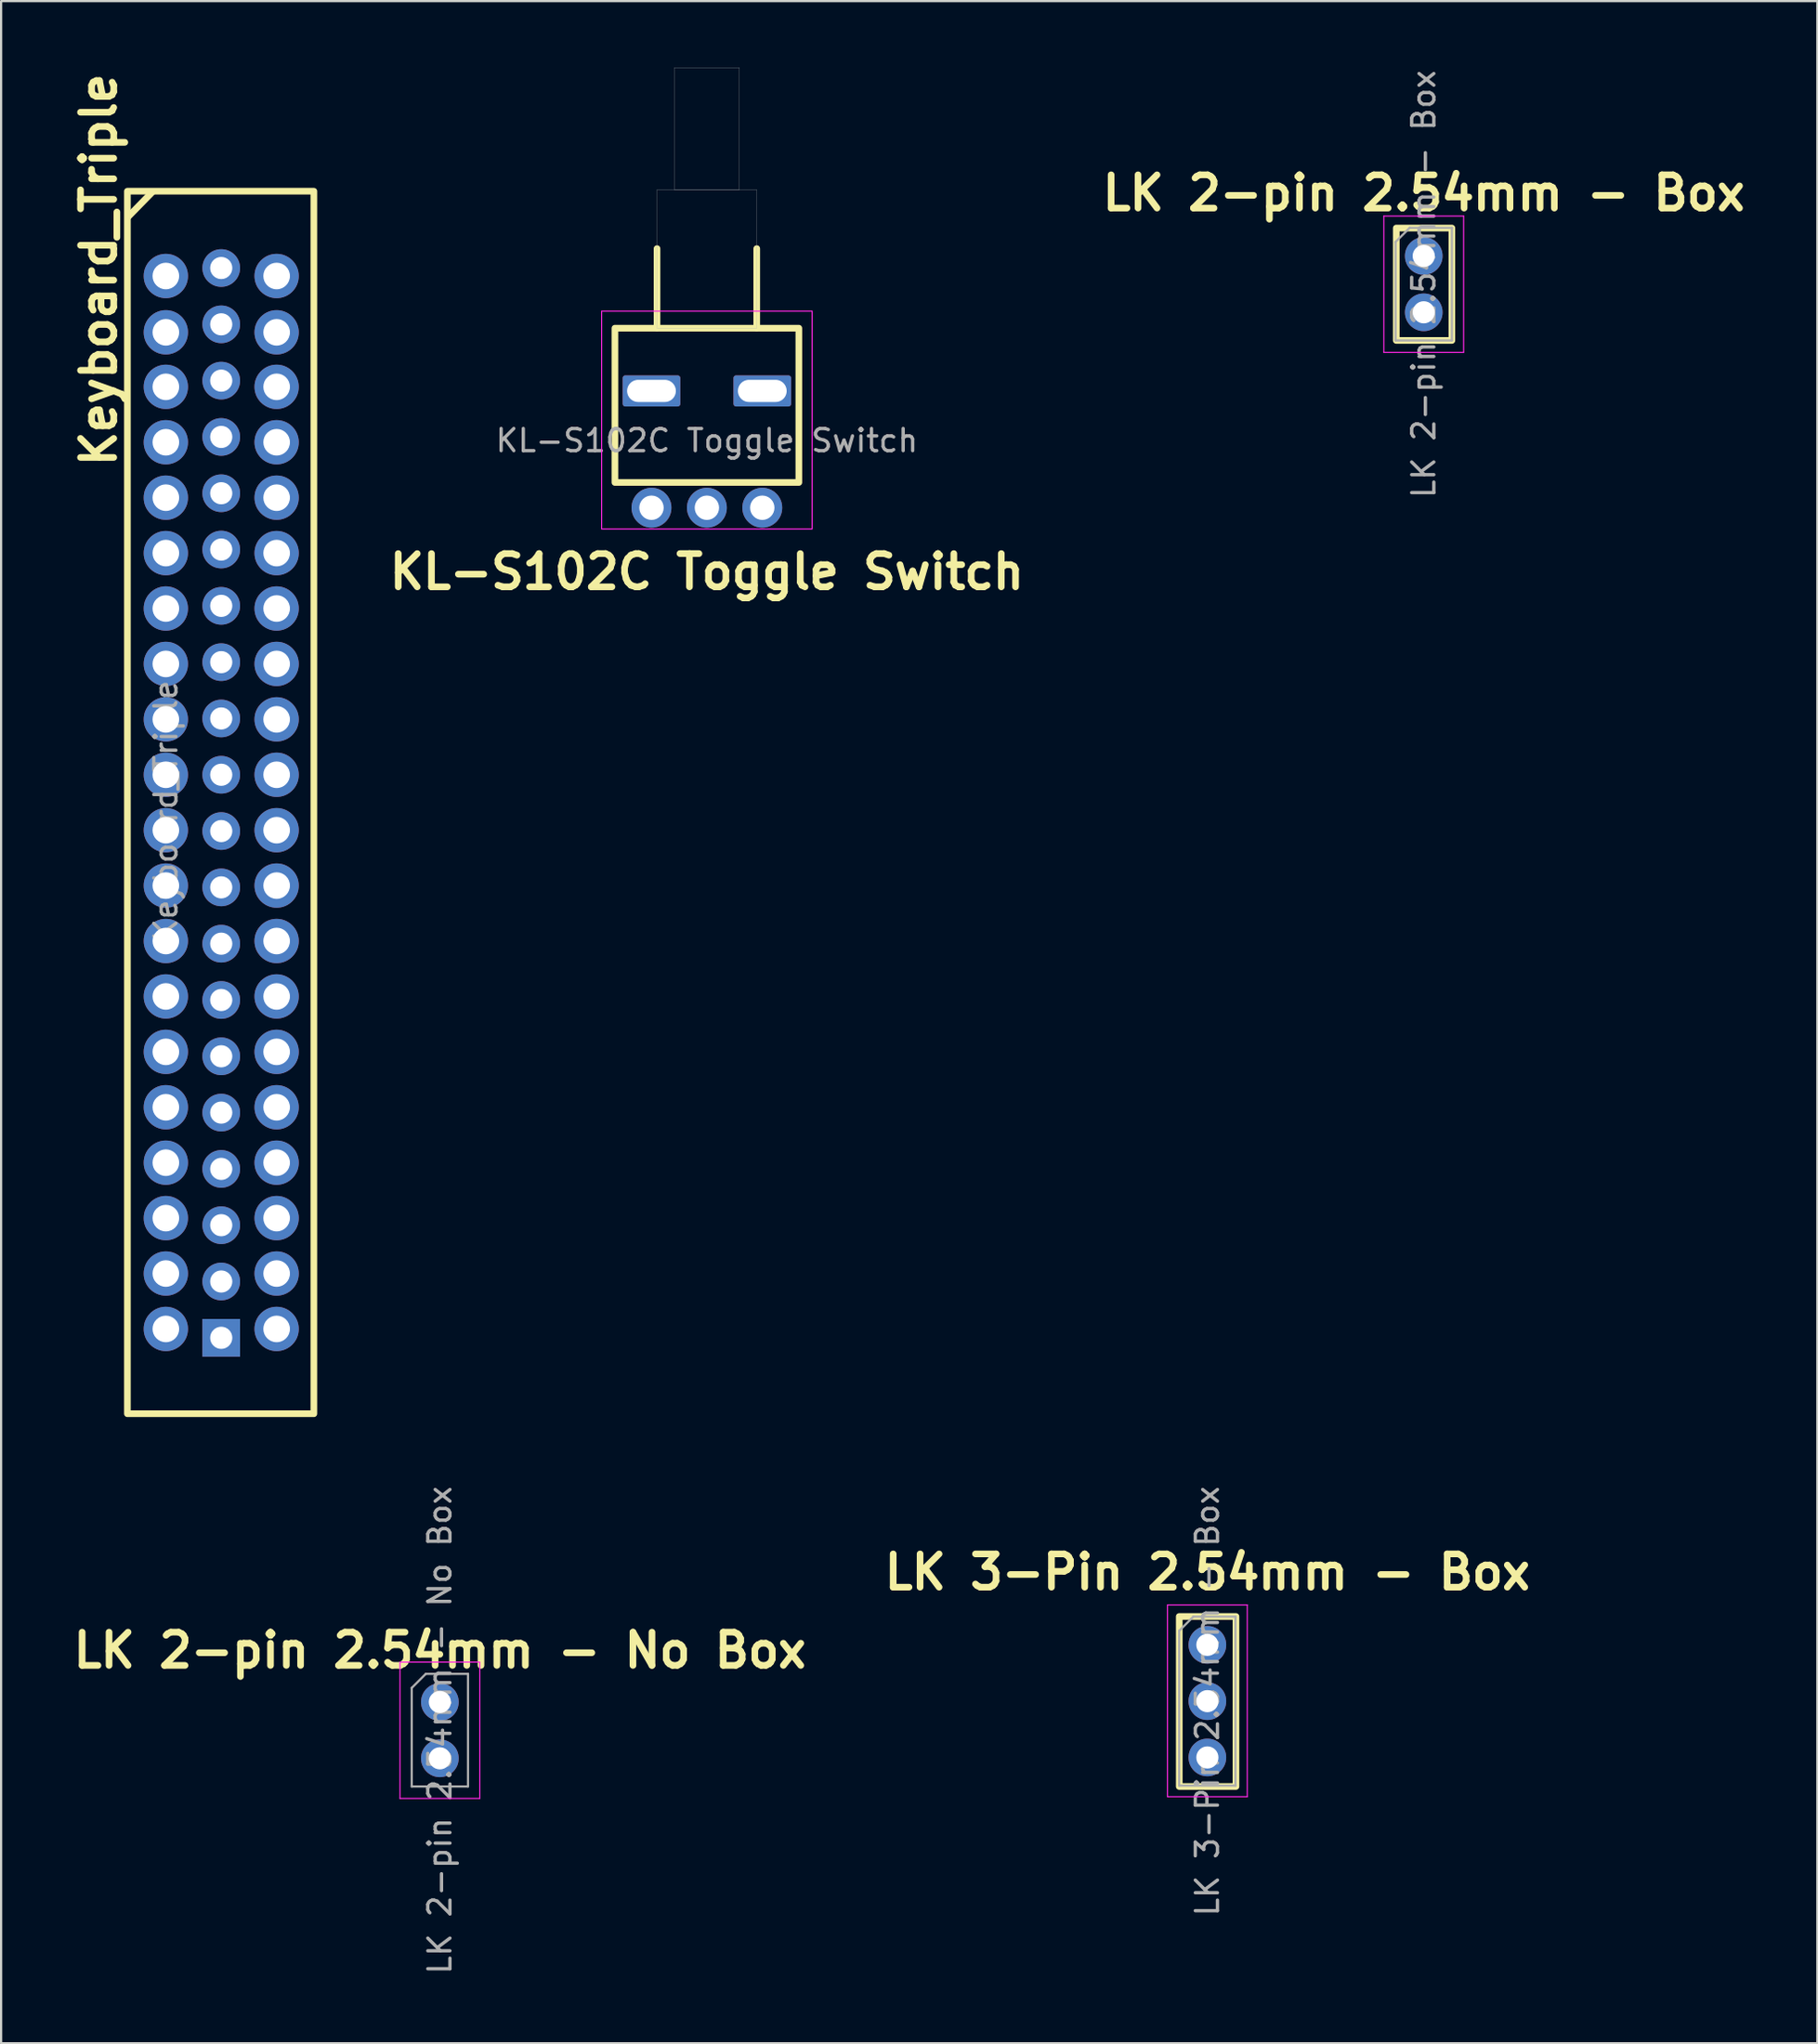
<source format=kicad_pcb>
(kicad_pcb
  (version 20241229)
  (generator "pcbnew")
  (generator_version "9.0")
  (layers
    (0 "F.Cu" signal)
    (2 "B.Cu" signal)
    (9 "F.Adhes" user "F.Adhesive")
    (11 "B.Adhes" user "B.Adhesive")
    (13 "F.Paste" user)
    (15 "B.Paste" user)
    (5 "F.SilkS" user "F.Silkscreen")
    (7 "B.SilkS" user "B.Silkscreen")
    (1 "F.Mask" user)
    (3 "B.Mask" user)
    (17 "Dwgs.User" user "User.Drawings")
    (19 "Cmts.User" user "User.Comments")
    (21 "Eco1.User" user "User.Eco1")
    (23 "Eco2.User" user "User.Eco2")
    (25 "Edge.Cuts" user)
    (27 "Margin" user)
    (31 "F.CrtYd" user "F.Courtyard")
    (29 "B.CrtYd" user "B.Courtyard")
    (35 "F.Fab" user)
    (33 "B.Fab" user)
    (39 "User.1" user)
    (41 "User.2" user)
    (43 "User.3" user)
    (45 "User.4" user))
  (footprint "LK 2-pin 2.54mm - No Box"
    (layer "F.Cu")
    (at 16.8 73.731)
    (property "Reference" "LK 2-pin 2.54mm - No Box" (at 0 -2.33 0) (layer "F.SilkS") (effects (font (size 1.5 1.5) (thickness 0.3) (bold yes))))
    (attr through_hole)
    (fp_line (start -1.8 -1.8) (end -1.8 4.35) (stroke (width 0.05) (type solid)) (layer "F.CrtYd"))
    (fp_line (start -1.8 4.35) (end 1.8 4.35) (stroke (width 0.05) (type solid)) (layer "F.CrtYd"))
    (fp_line (start 1.8 -1.8) (end -1.8 -1.8) (stroke (width 0.05) (type solid)) (layer "F.CrtYd"))
    (fp_line (start 1.8 4.35) (end 1.8 -1.8) (stroke (width 0.05) (type solid)) (layer "F.CrtYd"))
    (fp_line (start -1.27 -0.635) (end -0.635 -1.27) (stroke (width 0.1) (type solid)) (layer "F.Fab"))
    (fp_line (start -1.27 3.81) (end -1.27 -0.635) (stroke (width 0.1) (type solid)) (layer "F.Fab"))
    (fp_line (start -0.635 -1.27) (end 1.27 -1.27) (stroke (width 0.1) (type solid)) (layer "F.Fab"))
    (fp_line (start 1.27 -1.27) (end 1.27 3.81) (stroke (width 0.1) (type solid)) (layer "F.Fab"))
    (fp_line (start 1.27 3.81) (end -1.27 3.81) (stroke (width 0.1) (type solid)) (layer "F.Fab"))
    (fp_text user "${REFERENCE}" (at 0 1.27 90) (layer "F.Fab") (effects (font (size 1 1) (thickness 0.15))))
    (pad "1" thru_hole circle (at 0 0) (size 1.7 1.7) (drill 1) (layers "*.Cu" "*.Mask"))
    (pad "2" thru_hole oval (at 0 2.54) (size 1.7 1.7) (drill 1) (layers "*.Cu" "*.Mask")))
  (footprint "Keyboard_Triple"
    (layer "F.Cu")
    (at 4.434 9.401)
    (property "Reference" "Keyboard_Triple" (at -3.03 -0.28 90) (layer "F.SilkS") (effects (font (size 1.5 1.5) (thickness 0.3) (bold yes))))
    (attr through_hole)
    (fp_line (start -1.688 -2.685) (end -0.613 -3.785) (stroke (width 0.3) (type default)) (layer "F.SilkS"))
    (fp_rect (start -1.735 -3.825) (end 6.68 51.325) (stroke (width 0.3) (type default)) (fill no) (layer "F.SilkS"))
    (fp_text user "${REFERENCE}" (at 0 24.13 90) (layer "F.Fab") (effects (font (size 1 1) (thickness 0.15))))
    (pad "1" thru_hole circle (at 0 47.5) (size 2 2) (drill 1.2) (layers "*.Cu" "*.Mask"))
    (pad "1" thru_hole rect (at 2.5 47.9 180) (size 1.7 1.7) (drill 1) (layers "*.Cu" "*.Mask"))
    (pad "1" thru_hole circle (at 5 47.5) (size 2 2) (drill 1.2) (layers "*.Cu" "*.Mask"))
    (pad "2" thru_hole circle (at 0 45) (size 2 2) (drill 1.2) (layers "*.Cu" "*.Mask"))
    (pad "2" thru_hole circle (at 2.5 45.36 180) (size 1.7 1.7) (drill 1) (layers "*.Cu" "*.Mask"))
    (pad "2" thru_hole circle (at 5 45) (size 2 2) (drill 1.2) (layers "*.Cu" "*.Mask"))
    (pad "3" thru_hole circle (at 0 42.5) (size 2 2) (drill 1.2) (layers "*.Cu" "*.Mask"))
    (pad "3" thru_hole circle (at 2.5 42.82 180) (size 1.7 1.7) (drill 1) (layers "*.Cu" "*.Mask"))
    (pad "3" thru_hole circle (at 5 42.5) (size 2 2) (drill 1.2) (layers "*.Cu" "*.Mask"))
    (pad "4" thru_hole circle (at 0 40) (size 2 2) (drill 1.2) (layers "*.Cu" "*.Mask"))
    (pad "4" thru_hole circle (at 2.5 40.28 180) (size 1.7 1.7) (drill 1) (layers "*.Cu" "*.Mask"))
    (pad "4" thru_hole circle (at 5 40) (size 2 2) (drill 1.2) (layers "*.Cu" "*.Mask"))
    (pad "5" thru_hole circle (at 0 37.5) (size 2 2) (drill 1.2) (layers "*.Cu" "*.Mask"))
    (pad "5" thru_hole circle (at 2.5 37.74 180) (size 1.7 1.7) (drill 1) (layers "*.Cu" "*.Mask"))
    (pad "5" thru_hole circle (at 5 37.5) (size 2 2) (drill 1.2) (layers "*.Cu" "*.Mask"))
    (pad "6" thru_hole circle (at 0 35) (size 2 2) (drill 1.2) (layers "*.Cu" "*.Mask"))
    (pad "6" thru_hole circle (at 2.5 35.2 180) (size 1.7 1.7) (drill 1) (layers "*.Cu" "*.Mask"))
    (pad "6" thru_hole circle (at 5 35) (size 2 2) (drill 1.2) (layers "*.Cu" "*.Mask"))
    (pad "7" thru_hole circle (at 0 32.5) (size 2 2) (drill 1.2) (layers "*.Cu" "*.Mask"))
    (pad "7" thru_hole circle (at 2.5 32.66 180) (size 1.7 1.7) (drill 1) (layers "*.Cu" "*.Mask"))
    (pad "7" thru_hole circle (at 5 32.5) (size 2 2) (drill 1.2) (layers "*.Cu" "*.Mask"))
    (pad "8" thru_hole circle (at 0 30) (size 2 2) (drill 1.2) (layers "*.Cu" "*.Mask"))
    (pad "8" thru_hole circle (at 2.5 30.12 180) (size 1.7 1.7) (drill 1) (layers "*.Cu" "*.Mask"))
    (pad "8" thru_hole circle (at 5 30) (size 2 2) (drill 1.2) (layers "*.Cu" "*.Mask"))
    (pad "9" thru_hole circle (at 0 27.5) (size 2 2) (drill 1.2) (layers "*.Cu" "*.Mask"))
    (pad "9" thru_hole circle (at 2.5 27.58 180) (size 1.7 1.7) (drill 1) (layers "*.Cu" "*.Mask"))
    (pad "9" thru_hole circle (at 5 27.5) (size 2 2) (drill 1.2) (layers "*.Cu" "*.Mask"))
    (pad "10" thru_hole circle (at 0 25) (size 2 2) (drill 1.2) (layers "*.Cu" "*.Mask"))
    (pad "10" thru_hole circle (at 2.5 25.04 180) (size 1.7 1.7) (drill 1) (layers "*.Cu" "*.Mask"))
    (pad "10" thru_hole circle (at 5 25) (size 2 2) (drill 1.2) (layers "*.Cu" "*.Mask"))
    (pad "11" thru_hole circle (at 0 22.5) (size 2 2) (drill 1.2) (layers "*.Cu" "*.Mask"))
    (pad "11" thru_hole circle (at 2.5 22.5 180) (size 1.7 1.7) (drill 1) (layers "*.Cu" "*.Mask"))
    (pad "11" thru_hole circle (at 5 22.5) (size 2 2) (drill 1.2) (layers "*.Cu" "*.Mask"))
    (pad "12" thru_hole circle (at 0 20) (size 2 2) (drill 1.2) (layers "*.Cu" "*.Mask"))
    (pad "12" thru_hole circle (at 2.5 19.96 180) (size 1.7 1.7) (drill 1) (layers "*.Cu" "*.Mask"))
    (pad "12" thru_hole circle (at 5 20) (size 2 2) (drill 1.2) (layers "*.Cu" "*.Mask"))
    (pad "13" thru_hole circle (at 0 17.5) (size 2 2) (drill 1.2) (layers "*.Cu" "*.Mask"))
    (pad "13" thru_hole circle (at 2.5 17.42 180) (size 1.7 1.7) (drill 1) (layers "*.Cu" "*.Mask"))
    (pad "13" thru_hole circle (at 5 17.5) (size 2 2) (drill 1.2) (layers "*.Cu" "*.Mask"))
    (pad "14" thru_hole circle (at 0 15) (size 2 2) (drill 1.2) (layers "*.Cu" "*.Mask"))
    (pad "14" thru_hole circle (at 2.5 14.88 180) (size 1.7 1.7) (drill 1) (layers "*.Cu" "*.Mask"))
    (pad "14" thru_hole circle (at 5 15) (size 2 2) (drill 1.2) (layers "*.Cu" "*.Mask"))
    (pad "15" thru_hole circle (at 0 12.5) (size 2 2) (drill 1.2) (layers "*.Cu" "*.Mask"))
    (pad "15" thru_hole circle (at 2.5 12.34 180) (size 1.7 1.7) (drill 1) (layers "*.Cu" "*.Mask"))
    (pad "15" thru_hole circle (at 5 12.5) (size 2 2) (drill 1.2) (layers "*.Cu" "*.Mask"))
    (pad "16" thru_hole circle (at 0 10) (size 2 2) (drill 1.2) (layers "*.Cu" "*.Mask"))
    (pad "16" thru_hole circle (at 2.5 9.8 180) (size 1.7 1.7) (drill 1) (layers "*.Cu" "*.Mask"))
    (pad "16" thru_hole circle (at 5 10) (size 2 2) (drill 1.2) (layers "*.Cu" "*.Mask"))
    (pad "17" thru_hole circle (at 0 7.5) (size 2 2) (drill 1.2) (layers "*.Cu" "*.Mask"))
    (pad "17" thru_hole circle (at 2.5 7.26 180) (size 1.7 1.7) (drill 1) (layers "*.Cu" "*.Mask"))
    (pad "17" thru_hole circle (at 5 7.5) (size 2 2) (drill 1.2) (layers "*.Cu" "*.Mask"))
    (pad "18" thru_hole circle (at 0 5) (size 2 2) (drill 1.2) (layers "*.Cu" "*.Mask"))
    (pad "18" thru_hole circle (at 2.5 4.72 180) (size 1.7 1.7) (drill 1) (layers "*.Cu" "*.Mask"))
    (pad "18" thru_hole circle (at 5 5) (size 2 2) (drill 1.2) (layers "*.Cu" "*.Mask"))
    (pad "19" thru_hole circle (at 0 2.54) (size 2 2) (drill 1.2) (layers "*.Cu" "*.Mask"))
    (pad "19" thru_hole circle (at 2.5 2.18 180) (size 1.7 1.7) (drill 1) (layers "*.Cu" "*.Mask"))
    (pad "19" thru_hole circle (at 5 2.54) (size 2 2) (drill 1.2) (layers "*.Cu" "*.Mask"))
    (pad "20" thru_hole circle (at 0 0) (size 2 2) (drill 1.2) (layers "*.Cu" "*.Mask"))
    (pad "20" thru_hole circle (at 2.5 -0.36 180) (size 1.7 1.7) (drill 1) (layers "*.Cu" "*.Mask"))
    (pad "20" thru_hole circle (at 5 0) (size 2 2) (drill 1.2) (layers "*.Cu" "*.Mask")))
  (footprint "KL-S102C Toggle Switch"
    (layer "F.Cu")
    (at 26.35 19.855)
    (property "Reference" "KL-S102C Toggle Switch" (at 2.5 2.89 0) (unlocked yes) (layer "F.SilkS") (effects (font (size 1.5 1.5) (thickness 0.3) (bold yes))))
    (attr through_hole)
    (fp_line (start 0.25 -8.11) (end 0.25 -11.69) (stroke (width 0.3) (type default)) (layer "F.SilkS"))
    (fp_line (start 4.75 -8.11) (end 4.75 -11.69) (stroke (width 0.3) (type default)) (layer "F.SilkS"))
    (fp_rect (start -1.65 -8.1) (end 6.65 -1.14) (stroke (width 0.3) (type solid)) (fill no) (layer "F.SilkS"))
    (fp_rect (start -2.25 -8.87) (end 7.25 0.96) (stroke (width 0.05) (type default)) (fill no) (layer "F.CrtYd"))
    (fp_rect (start 0.25 -14.35) (end 4.75 -8.1) (stroke (width 0.01) (type solid)) (fill no) (layer "F.Fab"))
    (fp_rect (start 1.03 -19.85) (end 3.97 -14.35) (stroke (width 0.01) (type solid)) (fill no) (layer "F.Fab"))
    (fp_rect (start -1.65 -8.1) (end 6.65 -1) (stroke (width 0.01) (type solid)) (fill no) (layer "User.4"))
    (fp_text user "${REFERENCE}" (at 2.5 -3.03 0) (unlocked yes) (layer "F.Fab") (effects (font (size 1 1) (thickness 0.15))))
    (pad "0" thru_hole roundrect (at 0 -5.27) (size 2.6 1.4) (drill oval 2.2 1) (layers "*.Cu" "*.Mask") (roundrect_rratio 0.083))
    (pad "0" thru_hole roundrect (at 5 -5.27) (size 2.6 1.4) (drill oval 2.2 1) (layers "*.Cu" "*.Mask") (roundrect_rratio 0.083))
    (pad "1" thru_hole circle (at 0 0) (size 1.8 1.8) (drill 1.1) (layers "*.Cu" "*.Mask"))
    (pad "2" thru_hole circle (at 2.5 0) (size 1.8 1.8) (drill 1.1) (layers "*.Cu" "*.Mask"))
    (pad "3" thru_hole circle (at 5 0) (size 1.8 1.8) (drill 1.1) (layers "*.Cu" "*.Mask")))
  (footprint "LK 3-Pin 2.54mm - Box"
    (layer "F.Cu")
    (at 51.436 71.152)
    (property "Reference" "LK 3-Pin 2.54mm - Box" (at 0 -3.28 0) (layer "F.SilkS") (effects (font (size 1.5 1.5) (thickness 0.3) (bold yes))))
    (attr through_hole)
    (fp_rect (start -1.27 -1.28) (end 1.29 6.39) (stroke (width 0.3) (type default)) (fill no) (layer "F.SilkS"))
    (fp_line (start -1.8 -1.8) (end -1.8 6.85) (stroke (width 0.05) (type solid)) (layer "F.CrtYd"))
    (fp_line (start -1.8 6.85) (end 1.8 6.85) (stroke (width 0.05) (type solid)) (layer "F.CrtYd"))
    (fp_line (start 1.8 -1.8) (end -1.8 -1.8) (stroke (width 0.05) (type solid)) (layer "F.CrtYd"))
    (fp_line (start 1.8 6.85) (end 1.8 -1.8) (stroke (width 0.05) (type solid)) (layer "F.CrtYd"))
    (fp_line (start -1.27 -0.635) (end -0.635 -1.27) (stroke (width 0.1) (type solid)) (layer "F.Fab"))
    (fp_line (start -1.27 6.35) (end -1.27 -0.635) (stroke (width 0.1) (type solid)) (layer "F.Fab"))
    (fp_line (start -0.635 -1.27) (end 1.27 -1.27) (stroke (width 0.1) (type solid)) (layer "F.Fab"))
    (fp_line (start 1.27 -1.27) (end 1.27 6.35) (stroke (width 0.1) (type solid)) (layer "F.Fab"))
    (fp_line (start 1.27 6.35) (end -1.27 6.35) (stroke (width 0.1) (type solid)) (layer "F.Fab"))
    (fp_text user "${REFERENCE}" (at 0 2.54 90) (layer "F.Fab") (effects (font (size 1 1) (thickness 0.15))))
    (pad "1" thru_hole circle (at 0 0) (size 1.7 1.7) (drill 1) (layers "*.Cu" "*.Mask"))
    (pad "2" thru_hole oval (at 0 2.54) (size 1.7 1.7) (drill 1) (layers "*.Cu" "*.Mask"))
    (pad "3" thru_hole oval (at 0 5.08) (size 1.7 1.7) (drill 1) (layers "*.Cu" "*.Mask")))
  (footprint "LK 2-pin 2.54mm - Box"
    (layer "F.Cu")
    (at 61.2 8.498)
    (property "Reference" "LK 2-pin 2.54mm - Box" (at 0 -2.84 0) (layer "F.SilkS") (effects (font (size 1.5 1.5) (thickness 0.3) (bold yes))))
    (attr through_hole)
    (fp_rect (start -1.24 -1.26) (end 1.27 3.81) (stroke (width 0.3) (type default)) (fill no) (layer "F.SilkS"))
    (fp_line (start -1.8 -1.8) (end -1.8 4.35) (stroke (width 0.05) (type solid)) (layer "F.CrtYd"))
    (fp_line (start -1.8 4.35) (end 1.8 4.35) (stroke (width 0.05) (type solid)) (layer "F.CrtYd"))
    (fp_line (start 1.8 -1.8) (end -1.8 -1.8) (stroke (width 0.05) (type solid)) (layer "F.CrtYd"))
    (fp_line (start 1.8 4.35) (end 1.8 -1.8) (stroke (width 0.05) (type solid)) (layer "F.CrtYd"))
    (fp_line (start -1.27 -0.635) (end -0.635 -1.27) (stroke (width 0.1) (type solid)) (layer "F.Fab"))
    (fp_line (start -1.27 3.81) (end -1.27 -0.635) (stroke (width 0.1) (type solid)) (layer "F.Fab"))
    (fp_line (start -0.635 -1.27) (end 1.27 -1.27) (stroke (width 0.1) (type solid)) (layer "F.Fab"))
    (fp_line (start 1.27 -1.27) (end 1.27 3.81) (stroke (width 0.1) (type solid)) (layer "F.Fab"))
    (fp_line (start 1.27 3.81) (end -1.27 3.81) (stroke (width 0.1) (type solid)) (layer "F.Fab"))
    (fp_text user "${REFERENCE}" (at 0 1.27 90) (layer "F.Fab") (effects (font (size 1 1) (thickness 0.15))))
    (pad "1" thru_hole circle (at 0 0) (size 1.7 1.7) (drill 1) (layers "*.Cu" "*.Mask"))
    (pad "2" thru_hole oval (at 0 2.54) (size 1.7 1.7) (drill 1) (layers "*.Cu" "*.Mask")))
  (gr_rect
    (start -3 -3)
    (end 78.964 89.126)
    (stroke (width 0.1) (type default))
    (fill no)
    (layer "Edge.Cuts")))
</source>
